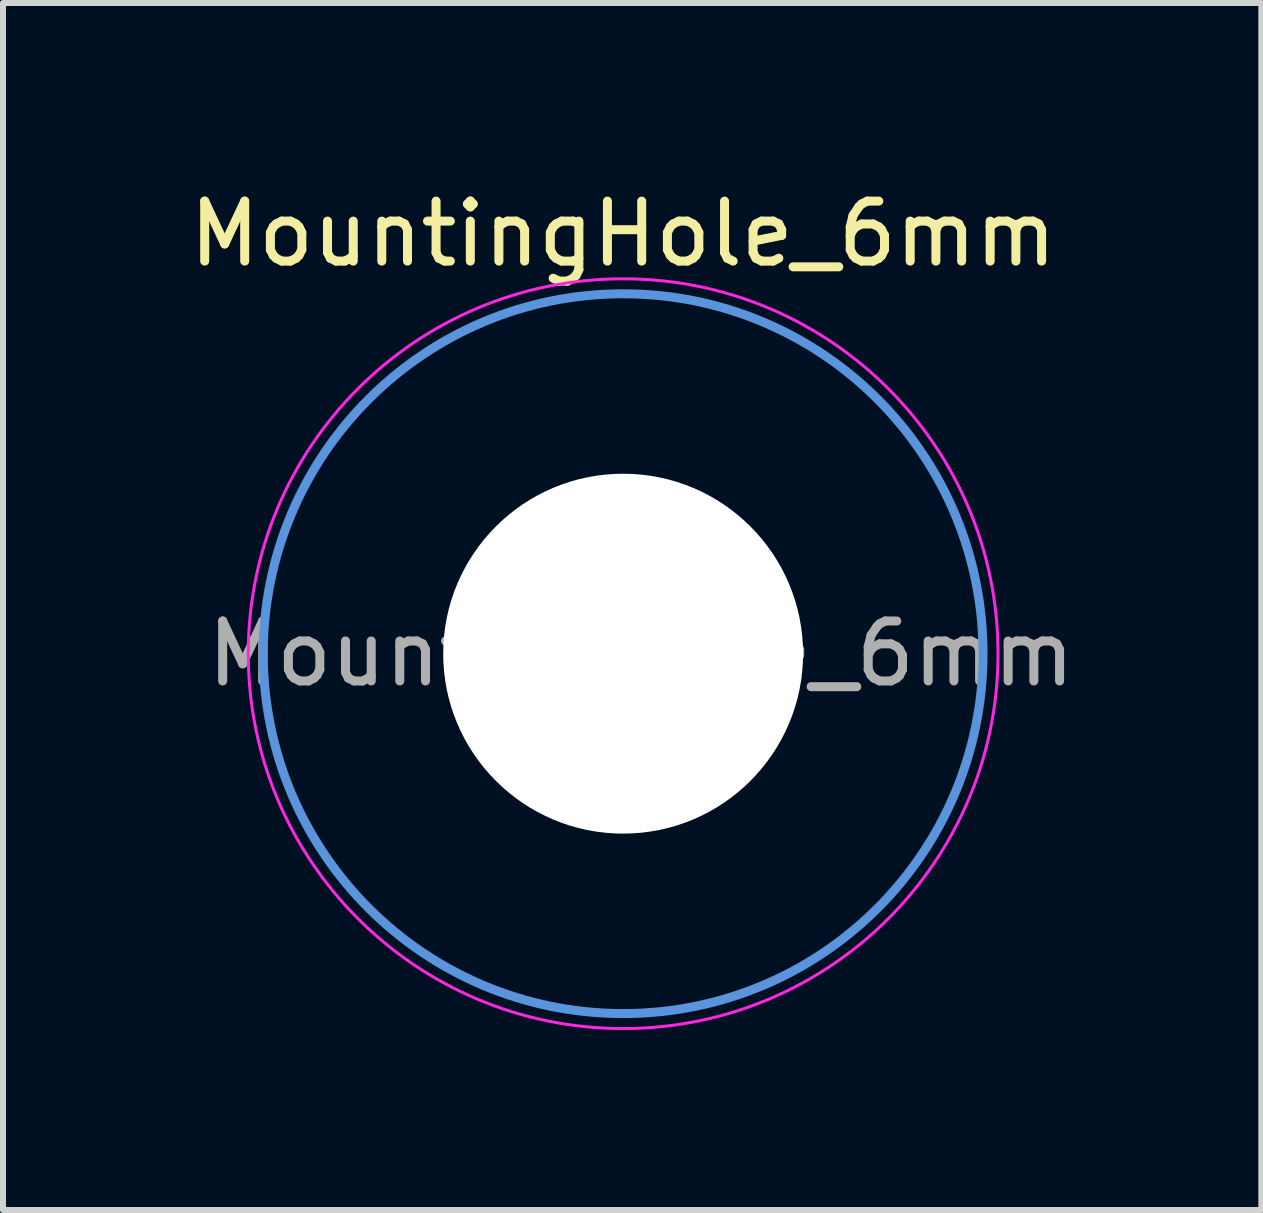
<source format=kicad_pcb>
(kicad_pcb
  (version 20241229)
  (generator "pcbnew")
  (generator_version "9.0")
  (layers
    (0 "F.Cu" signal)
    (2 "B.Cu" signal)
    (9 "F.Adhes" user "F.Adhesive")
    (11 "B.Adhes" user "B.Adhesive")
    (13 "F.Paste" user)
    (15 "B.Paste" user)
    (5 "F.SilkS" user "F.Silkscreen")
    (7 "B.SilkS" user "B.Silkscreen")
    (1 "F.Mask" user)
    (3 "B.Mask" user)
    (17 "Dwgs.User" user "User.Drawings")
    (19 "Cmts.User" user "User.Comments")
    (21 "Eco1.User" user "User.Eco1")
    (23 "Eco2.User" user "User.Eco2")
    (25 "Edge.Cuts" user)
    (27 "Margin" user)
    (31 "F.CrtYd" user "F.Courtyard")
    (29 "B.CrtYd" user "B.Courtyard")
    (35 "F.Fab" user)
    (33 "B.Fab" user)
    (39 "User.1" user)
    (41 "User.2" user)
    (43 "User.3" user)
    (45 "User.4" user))
  (footprint "MountingHole_6mm"
    (layer "F.Cu")
    (at 7.339 7.848)
    (property "Reference" "MountingHole_6mm" (at 0 -7 0) (layer "F.SilkS") (effects (font (size 1 1) (thickness 0.15))))
    (attr exclude_from_pos_files exclude_from_bom)
    (fp_circle (center 0 0) (end 6 0) (stroke (width 0.15) (type solid)) (fill no) (layer "Cmts.User"))
    (fp_circle (center 0 0) (end 6.25 0) (stroke (width 0.05) (type solid)) (fill no) (layer "F.CrtYd"))
    (fp_text user "${REFERENCE}" (at 0.3 0 0) (layer "F.Fab") (effects (font (size 1 1) (thickness 0.15))))
    (pad "" np_thru_hole circle (at 0 0) (size 6 6) (drill 6) (layers "*.Cu" "*.Mask")))
  (gr_rect
    (start -3 -3)
    (end 17.979 17.123)
    (stroke (width 0.1) (type default))
    (fill no)
    (layer "Edge.Cuts")))
</source>
